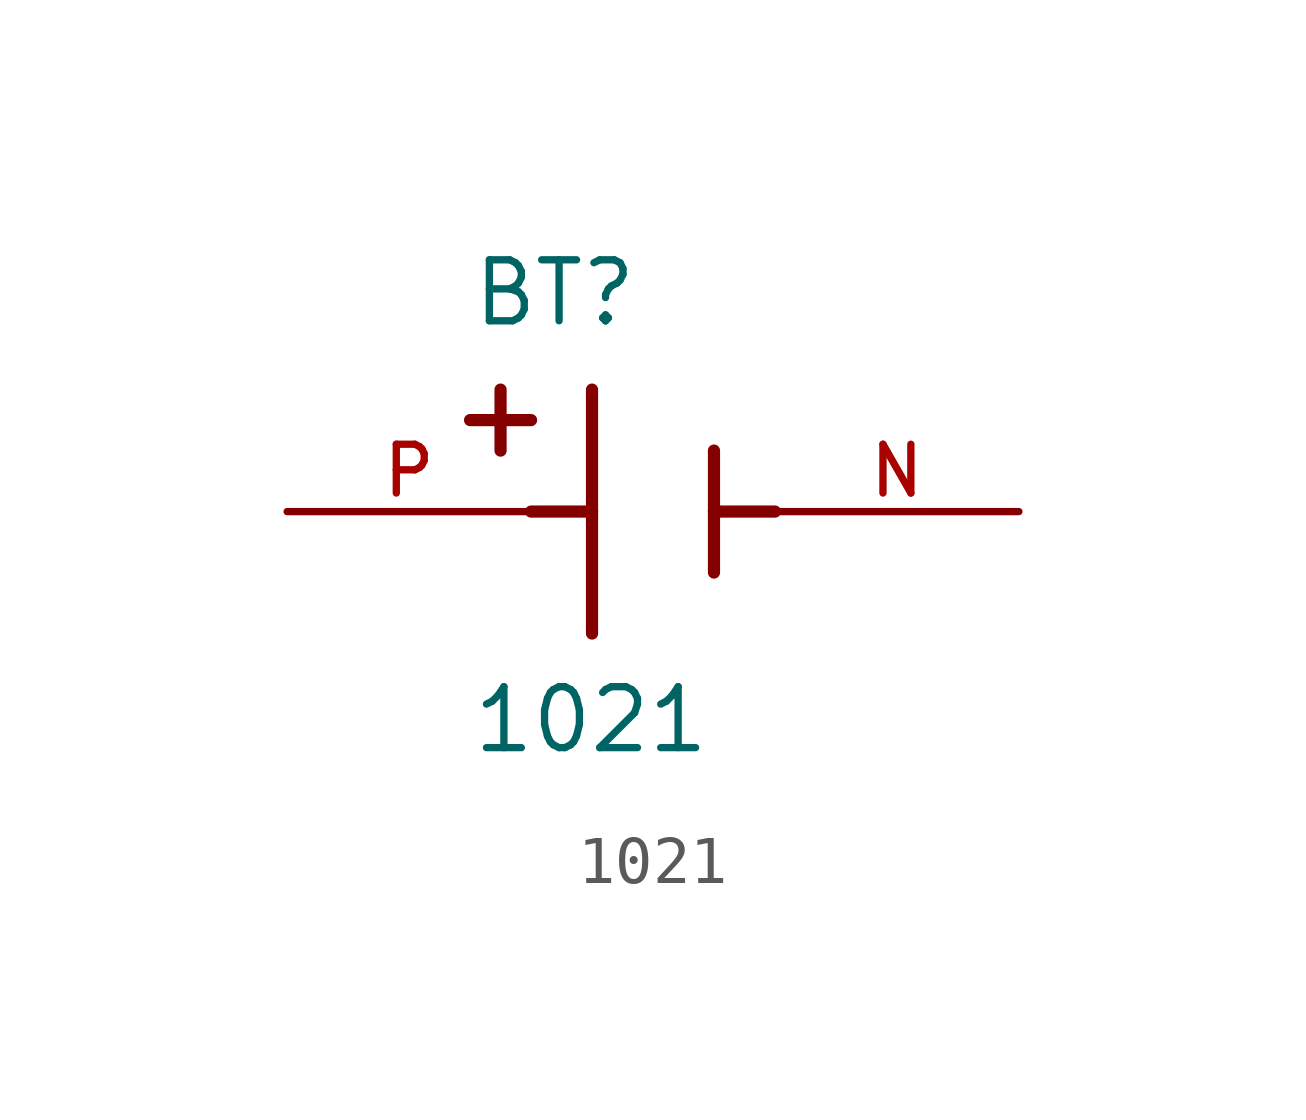
<source format=kicad_sym>
(kicad_symbol_lib
  (version 20211014)
  (generator kicad_symbol_editor)
  (symbol "1021"
    (pin_names
      (offset 1.016))
    (property "Reference" "BT"
      (at -3.81 3.81 0)
      (effects (font (size 1.27 1.27)) (justify bottom left)))
    (property "Value" "1021"
      (at -3.81 -5.08 0)
      (effects (font (size 1.27 1.27)) (justify bottom left)))
    (symbol "1021_0_0"
      (polyline (pts (xy -1.27 2.54) (xy -1.27 0.0)) (stroke (width 0.254)))
      (polyline (pts (xy -1.27 0.0) (xy -1.27 -2.54)) (stroke (width 0.254)))
      (polyline (pts (xy 1.27 1.27) (xy 1.27 0.0)) (stroke (width 0.254)))
      (polyline (pts (xy 1.27 0.0) (xy 1.27 -1.27)) (stroke (width 0.254)))
      (polyline (pts (xy -1.27 0.0) (xy -2.54 0.0)) (stroke (width 0.254)))
      (polyline (pts (xy 1.27 0.0) (xy 2.54 0.0)) (stroke (width 0.254)))
      (polyline (pts (xy -3.175 2.54) (xy -3.175 1.27)) (stroke (width 0.254)))
      (polyline (pts (xy -3.81 1.905) (xy -2.54 1.905)) (stroke (width 0.254)))
      (pin passive line (at -7.62 0.0 0) (length 5.08) (name "~" (effects (font (size 1.016 1.016)))) (number "P" (effects (font (size 1.016 1.016)))))
      (pin passive line (at 7.62 0.0 180.0) (length 5.08) (name "~" (effects (font (size 1.016 1.016)))) (number "N" (effects (font (size 1.016 1.016))))))))
</source>
